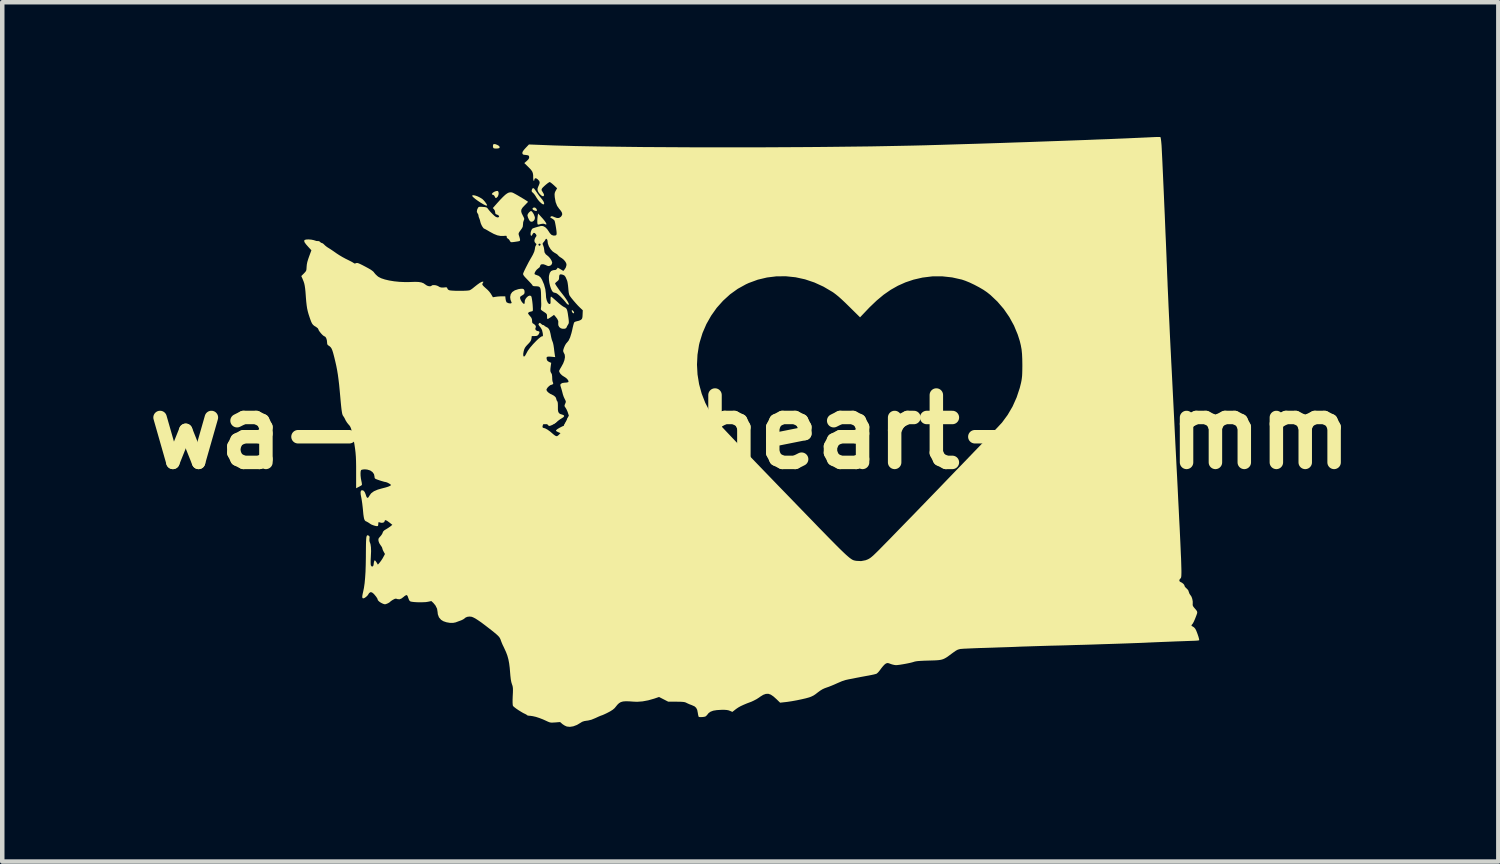
<source format=kicad_pcb>
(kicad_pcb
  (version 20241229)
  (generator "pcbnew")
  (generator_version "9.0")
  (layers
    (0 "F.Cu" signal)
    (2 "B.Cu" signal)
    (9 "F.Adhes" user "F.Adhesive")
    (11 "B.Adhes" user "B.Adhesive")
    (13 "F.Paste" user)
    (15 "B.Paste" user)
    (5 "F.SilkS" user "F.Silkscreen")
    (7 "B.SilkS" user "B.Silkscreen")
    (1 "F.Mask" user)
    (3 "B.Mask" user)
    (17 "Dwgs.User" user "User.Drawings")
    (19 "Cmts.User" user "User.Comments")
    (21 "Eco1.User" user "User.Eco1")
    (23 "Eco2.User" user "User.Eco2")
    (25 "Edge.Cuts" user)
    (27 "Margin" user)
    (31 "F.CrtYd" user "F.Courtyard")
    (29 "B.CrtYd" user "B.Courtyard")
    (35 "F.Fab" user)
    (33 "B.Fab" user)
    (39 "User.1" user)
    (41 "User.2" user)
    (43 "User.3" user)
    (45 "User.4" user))
  (footprint "wa-state-heart-20mm"
    (layer "F.Cu")
    (at 13.657 6.568)
    (property "Reference" "wa-state-heart-20mm" (at 0 0 0) (layer "F.SilkS") (effects (font (size 1.5 1.5) (thickness 0.3))))
    (attr board_only exclude_from_pos_files exclude_from_bom)
    (fp_poly (pts (xy -4.788 -4.993) (xy -4.762 -4.968) (xy -4.749 -4.938) (xy -4.757 -4.921) (xy -4.784 -4.922) (xy -4.795 -4.925) (xy -4.835 -4.945) (xy -4.851 -4.965) (xy -4.845 -4.983) (xy -4.818 -4.999)) (stroke (width 0) (type solid)) (fill yes) (layer "F.SilkS"))
    (fp_poly (pts (xy -3.965 -2.712) (xy -3.949 -2.699) (xy -3.93 -2.676) (xy -3.923 -2.654) (xy -3.93 -2.642) (xy -3.934 -2.641) (xy -3.951 -2.649) (xy -3.959 -2.657) (xy -3.973 -2.682) (xy -3.975 -2.697) (xy -3.973 -2.714)) (stroke (width 0) (type solid)) (fill yes) (layer "F.SilkS"))
    (fp_poly (pts (xy -5.678 -6.408) (xy -5.635 -6.392) (xy -5.599 -6.371) (xy -5.581 -6.348) (xy -5.584 -6.327) (xy -5.592 -6.32) (xy -5.617 -6.313) (xy -5.656 -6.31) (xy -5.694 -6.312) (xy -5.715 -6.317) (xy -5.726 -6.333) (xy -5.731 -6.363) (xy -5.731 -6.367) (xy -5.726 -6.397) (xy -5.71 -6.411)) (stroke (width 0) (type solid)) (fill yes) (layer "F.SilkS"))
    (fp_poly (pts (xy -5.622 -5.364) (xy -5.608 -5.346) (xy -5.603 -5.314) (xy -5.608 -5.277) (xy -5.622 -5.243) (xy -5.629 -5.234) (xy -5.656 -5.21) (xy -5.674 -5.21) (xy -5.686 -5.233) (xy -5.688 -5.238) (xy -5.707 -5.268) (xy -5.726 -5.278) (xy -5.752 -5.288) (xy -5.753 -5.303) (xy -5.735 -5.325) (xy -5.7 -5.348) (xy -5.661 -5.363) (xy -5.629 -5.366)) (stroke (width 0) (type solid)) (fill yes) (layer "F.SilkS"))
    (fp_poly (pts (xy -4.865 -4.91) (xy -4.841 -4.881) (xy -4.818 -4.84) (xy -4.801 -4.796) (xy -4.795 -4.767) (xy -4.804 -4.729) (xy -4.826 -4.699) (xy -4.855 -4.682) (xy -4.885 -4.681) (xy -4.908 -4.696) (xy -4.931 -4.733) (xy -4.951 -4.777) (xy -4.961 -4.816) (xy -4.962 -4.824) (xy -4.953 -4.853) (xy -4.93 -4.885) (xy -4.924 -4.891) (xy -4.898 -4.913) (xy -4.881 -4.919)) (stroke (width 0) (type solid)) (fill yes) (layer "F.SilkS"))
    (fp_poly (pts (xy -4.648 -4.78) (xy -4.599 -4.724) (xy -4.564 -4.678) (xy -4.544 -4.644) (xy -4.539 -4.623) (xy -4.551 -4.618) (xy -4.578 -4.629) (xy -4.607 -4.637) (xy -4.646 -4.633) (xy -4.661 -4.63) (xy -4.699 -4.621) (xy -4.719 -4.617) (xy -4.728 -4.618) (xy -4.735 -4.624) (xy -4.736 -4.624) (xy -4.741 -4.643) (xy -4.743 -4.68) (xy -4.742 -4.728) (xy -4.737 -4.781) (xy -4.734 -4.807) (xy -4.725 -4.864)) (stroke (width 0) (type solid)) (fill yes) (layer "F.SilkS"))
    (fp_poly (pts (xy -6.155 -5.27) (xy -6.116 -5.261) (xy -6.069 -5.244) (xy -6.021 -5.22) (xy -5.976 -5.193) (xy -5.965 -5.185) (xy -5.939 -5.16) (xy -5.91 -5.127) (xy -5.884 -5.091) (xy -5.865 -5.061) (xy -5.86 -5.046) (xy -5.869 -5.039) (xy -5.897 -5.046) (xy -5.938 -5.066) (xy -5.945 -5.07) (xy -6.009 -5.108) (xy -6.069 -5.148) (xy -6.121 -5.186) (xy -6.162 -5.22) (xy -6.187 -5.246) (xy -6.193 -5.259) (xy -6.183 -5.27)) (stroke (width 0) (type solid)) (fill yes) (layer "F.SilkS"))
    (fp_poly (pts (xy -4.813 -5.417) (xy -4.786 -5.381) (xy -4.775 -5.364) (xy -4.74 -5.312) (xy -4.7 -5.257) (xy -4.674 -5.225) (xy -4.63 -5.17) (xy -4.603 -5.128) (xy -4.591 -5.096) (xy -4.59 -5.085) (xy -4.598 -5.067) (xy -4.619 -5.069) (xy -4.651 -5.09) (xy -4.686 -5.121) (xy -4.722 -5.162) (xy -4.755 -5.208) (xy -4.77 -5.233) (xy -4.796 -5.275) (xy -4.827 -5.313) (xy -4.837 -5.322) (xy -4.862 -5.346) (xy -4.869 -5.366) (xy -4.864 -5.392) (xy -4.85 -5.422) (xy -4.834 -5.43)) (stroke (width 0) (type solid)) (fill yes) (layer "F.SilkS"))
    (fp_poly (pts (xy -5.313 -5.334) (xy -5.292 -5.328) (xy -5.269 -5.317) (xy -5.232 -5.297) (xy -5.185 -5.271) (xy -5.133 -5.24) (xy -5.079 -5.208) (xy -5.029 -5.178) (xy -4.988 -5.152) (xy -4.96 -5.133) (xy -4.949 -5.124) (xy -4.949 -5.123) (xy -4.958 -5.113) (xy -4.98 -5.09) (xy -5.012 -5.057) (xy -5.026 -5.043) (xy -5.071 -4.995) (xy -5.096 -4.955) (xy -5.102 -4.917) (xy -5.092 -4.873) (xy -5.065 -4.818) (xy -5.064 -4.816) (xy -5.044 -4.776) (xy -5.034 -4.75) (xy -5.035 -4.73) (xy -5.044 -4.709) (xy -5.045 -4.707) (xy -5.057 -4.67) (xy -5.061 -4.625) (xy -5.061 -4.619) (xy -5.067 -4.57) (xy -5.082 -4.538) (xy -5.118 -4.488) (xy -5.142 -4.454) (xy -5.155 -4.431) (xy -5.159 -4.412) (xy -5.157 -4.393) (xy -5.15 -4.369) (xy -5.145 -4.356) (xy -5.131 -4.306) (xy -5.126 -4.274) (xy -5.131 -4.257) (xy -5.148 -4.248) (xy -5.174 -4.243) (xy -5.239 -4.233) (xy -5.284 -4.227) (xy -5.313 -4.225) (xy -5.33 -4.227) (xy -5.331 -4.228) (xy -5.348 -4.243) (xy -5.36 -4.266) (xy -5.379 -4.292) (xy -5.398 -4.304) (xy -5.42 -4.322) (xy -5.424 -4.342) (xy -5.425 -4.359) (xy -5.434 -4.367) (xy -5.457 -4.368) (xy -5.492 -4.364) (xy -5.561 -4.364) (xy -5.633 -4.378) (xy -5.713 -4.41) (xy -5.805 -4.46) (xy -5.808 -4.462) (xy -5.854 -4.489) (xy -5.893 -4.511) (xy -5.919 -4.524) (xy -5.926 -4.526) (xy -5.941 -4.537) (xy -5.962 -4.565) (xy -5.983 -4.602) (xy -6 -4.641) (xy -6.01 -4.674) (xy -6.02 -4.716) (xy -6.033 -4.753) (xy -6.035 -4.756) (xy -6.048 -4.791) (xy -6.052 -4.817) (xy -6.06 -4.849) (xy -6.071 -4.864) (xy -6.089 -4.899) (xy -6.084 -4.945) (xy -6.07 -4.977) (xy -6.059 -4.997) (xy -6.046 -5.009) (xy -6.025 -5.013) (xy -5.989 -5.013) (xy -5.959 -5.011) (xy -5.909 -5.007) (xy -5.878 -5) (xy -5.859 -4.989) (xy -5.848 -4.976) (xy -5.819 -4.938) (xy -5.781 -4.894) (xy -5.74 -4.852) (xy -5.701 -4.815) (xy -5.671 -4.792) (xy -5.665 -4.788) (xy -5.634 -4.777) (xy -5.61 -4.778) (xy -5.593 -4.793) (xy -5.597 -4.812) (xy -5.619 -4.831) (xy -5.638 -4.838) (xy -5.668 -4.851) (xy -5.679 -4.87) (xy -5.68 -4.889) (xy -5.689 -4.929) (xy -5.707 -4.957) (xy -5.733 -4.985) (xy -5.644 -5.086) (xy -5.57 -5.168) (xy -5.508 -5.232) (xy -5.458 -5.279) (xy -5.415 -5.311) (xy -5.379 -5.329) (xy -5.345 -5.336)) (stroke (width 0) (type solid)) (fill yes) (layer "F.SilkS"))
    (fp_poly (pts (xy 9.107 -6.568) (xy 9.13 -6.566) (xy 9.133 -6.565) (xy 9.138 -6.549) (xy 9.144 -6.514) (xy 9.15 -6.464) (xy 9.155 -6.41) (xy 9.158 -6.375) (xy 9.161 -6.317) (xy 9.165 -6.237) (xy 9.17 -6.136) (xy 9.176 -6.018) (xy 9.182 -5.883) (xy 9.189 -5.733) (xy 9.196 -5.571) (xy 9.204 -5.398) (xy 9.212 -5.216) (xy 9.22 -5.027) (xy 9.229 -4.833) (xy 9.237 -4.635) (xy 9.245 -4.436) (xy 9.254 -4.237) (xy 9.262 -4.04) (xy 9.27 -3.847) (xy 9.27 -3.827) (xy 9.275 -3.72) (xy 9.279 -3.619) (xy 9.282 -3.524) (xy 9.286 -3.432) (xy 9.29 -3.344) (xy 9.293 -3.257) (xy 9.297 -3.17) (xy 9.301 -3.083) (xy 9.305 -2.994) (xy 9.309 -2.902) (xy 9.313 -2.805) (xy 9.318 -2.703) (xy 9.323 -2.595) (xy 9.329 -2.479) (xy 9.335 -2.354) (xy 9.341 -2.219) (xy 9.348 -2.072) (xy 9.356 -1.913) (xy 9.365 -1.741) (xy 9.374 -1.553) (xy 9.385 -1.35) (xy 9.396 -1.13) (xy 9.408 -0.891) (xy 9.421 -0.632) (xy 9.435 -0.353) (xy 9.45 -0.052) (xy 9.466 0.272) (xy 9.484 0.62) (xy 9.487 0.686) (xy 9.503 0.986) (xy 9.517 1.262) (xy 9.529 1.514) (xy 9.541 1.744) (xy 9.551 1.952) (xy 9.561 2.14) (xy 9.569 2.309) (xy 9.576 2.46) (xy 9.582 2.593) (xy 9.587 2.711) (xy 9.592 2.813) (xy 9.595 2.902) (xy 9.597 2.978) (xy 9.599 3.041) (xy 9.6 3.095) (xy 9.6 3.138) (xy 9.599 3.173) (xy 9.598 3.2) (xy 9.596 3.221) (xy 9.593 3.237) (xy 9.59 3.248) (xy 9.586 3.255) (xy 9.582 3.261) (xy 9.577 3.265) (xy 9.572 3.269) (xy 9.571 3.27) (xy 9.554 3.296) (xy 9.556 3.322) (xy 9.576 3.34) (xy 9.577 3.34) (xy 9.613 3.358) (xy 9.645 3.384) (xy 9.665 3.411) (xy 9.668 3.424) (xy 9.677 3.446) (xy 9.701 3.473) (xy 9.712 3.482) (xy 9.75 3.522) (xy 9.765 3.563) (xy 9.779 3.602) (xy 9.801 3.635) (xy 9.803 3.636) (xy 9.825 3.67) (xy 9.842 3.719) (xy 9.852 3.774) (xy 9.852 3.825) (xy 9.851 3.829) (xy 9.851 3.859) (xy 9.863 3.887) (xy 9.888 3.919) (xy 9.923 3.959) (xy 9.944 3.988) (xy 9.952 4.011) (xy 9.95 4.037) (xy 9.938 4.072) (xy 9.93 4.094) (xy 9.903 4.163) (xy 9.878 4.221) (xy 9.855 4.264) (xy 9.837 4.287) (xy 9.835 4.289) (xy 9.822 4.306) (xy 9.833 4.323) (xy 9.854 4.334) (xy 9.882 4.353) (xy 9.908 4.383) (xy 9.911 4.388) (xy 9.928 4.42) (xy 9.946 4.465) (xy 9.964 4.514) (xy 9.98 4.562) (xy 9.991 4.603) (xy 9.996 4.631) (xy 9.995 4.639) (xy 9.979 4.643) (xy 9.944 4.647) (xy 9.895 4.65) (xy 9.862 4.651) (xy 9.803 4.653) (xy 9.72 4.656) (xy 9.616 4.66) (xy 9.491 4.664) (xy 9.349 4.67) (xy 9.192 4.676) (xy 9.02 4.683) (xy 8.837 4.691) (xy 8.802 4.693) (xy 8.682 4.698) (xy 8.54 4.703) (xy 8.38 4.709) (xy 8.205 4.715) (xy 8.018 4.721) (xy 7.824 4.727) (xy 7.626 4.734) (xy 7.427 4.74) (xy 7.231 4.745) (xy 7.043 4.751) (xy 6.864 4.756) (xy 6.815 4.757) (xy 6.686 4.76) (xy 6.551 4.764) (xy 6.417 4.768) (xy 6.288 4.772) (xy 6.17 4.776) (xy 6.067 4.779) (xy 5.988 4.782) (xy 5.899 4.786) (xy 5.791 4.79) (xy 5.669 4.794) (xy 5.54 4.798) (xy 5.407 4.803) (xy 5.279 4.807) (xy 5.218 4.809) (xy 5.108 4.812) (xy 5.003 4.816) (xy 4.907 4.82) (xy 4.823 4.824) (xy 4.754 4.827) (xy 4.705 4.831) (xy 4.679 4.833) (xy 4.644 4.841) (xy 4.61 4.853) (xy 4.573 4.874) (xy 4.526 4.907) (xy 4.49 4.933) (xy 4.428 4.979) (xy 4.378 5.015) (xy 4.334 5.041) (xy 4.293 5.06) (xy 4.248 5.073) (xy 4.196 5.081) (xy 4.131 5.086) (xy 4.049 5.089) (xy 3.975 5.091) (xy 3.873 5.094) (xy 3.794 5.098) (xy 3.734 5.102) (xy 3.689 5.108) (xy 3.656 5.115) (xy 3.641 5.12) (xy 3.6 5.132) (xy 3.541 5.146) (xy 3.472 5.16) (xy 3.4 5.173) (xy 3.332 5.184) (xy 3.276 5.191) (xy 3.243 5.193) (xy 3.203 5.188) (xy 3.154 5.176) (xy 3.125 5.166) (xy 3.084 5.151) (xy 3.058 5.146) (xy 3.037 5.15) (xy 3.015 5.16) (xy 2.989 5.18) (xy 2.956 5.215) (xy 2.92 5.259) (xy 2.91 5.273) (xy 2.877 5.317) (xy 2.845 5.355) (xy 2.819 5.378) (xy 2.813 5.383) (xy 2.789 5.391) (xy 2.746 5.402) (xy 2.688 5.414) (xy 2.622 5.427) (xy 2.603 5.43) (xy 2.533 5.443) (xy 2.467 5.455) (xy 2.412 5.466) (xy 2.374 5.473) (xy 2.368 5.474) (xy 2.329 5.482) (xy 2.275 5.493) (xy 2.216 5.504) (xy 2.199 5.507) (xy 2.122 5.524) (xy 2.042 5.55) (xy 1.951 5.589) (xy 1.937 5.595) (xy 1.87 5.625) (xy 1.803 5.653) (xy 1.742 5.677) (xy 1.701 5.691) (xy 1.652 5.709) (xy 1.607 5.73) (xy 1.558 5.76) (xy 1.502 5.801) (xy 1.452 5.84) (xy 1.408 5.869) (xy 1.354 5.895) (xy 1.314 5.91) (xy 1.235 5.932) (xy 1.139 5.954) (xy 1.034 5.976) (xy 0.929 5.995) (xy 0.831 6.01) (xy 0.797 6.014) (xy 0.664 6.029) (xy 0.585 5.952) (xy 0.517 5.891) (xy 0.457 5.85) (xy 0.402 5.831) (xy 0.347 5.833) (xy 0.288 5.854) (xy 0.22 5.896) (xy 0.196 5.914) (xy 0.14 5.95) (xy 0.075 5.984) (xy 0.023 6.008) (xy -0.076 6.045) (xy -0.154 6.078) (xy -0.216 6.107) (xy -0.266 6.135) (xy -0.309 6.164) (xy -0.325 6.176) (xy -0.399 6.234) (xy -0.453 6.211) (xy -0.485 6.199) (xy -0.522 6.192) (xy -0.572 6.188) (xy -0.641 6.188) (xy -0.744 6.194) (xy -0.825 6.207) (xy -0.886 6.23) (xy -0.93 6.262) (xy -0.946 6.283) (xy -0.972 6.314) (xy -0.997 6.335) (xy -1.003 6.338) (xy -1.034 6.345) (xy -1.074 6.349) (xy -1.113 6.35) (xy -1.141 6.347) (xy -1.149 6.343) (xy -1.155 6.326) (xy -1.163 6.292) (xy -1.169 6.254) (xy -1.182 6.189) (xy -1.205 6.144) (xy -1.241 6.111) (xy -1.297 6.086) (xy -1.303 6.083) (xy -1.352 6.065) (xy -1.399 6.044) (xy -1.423 6.032) (xy -1.445 6.022) (xy -1.472 6.015) (xy -1.507 6.011) (xy -1.557 6.008) (xy -1.626 6.007) (xy -1.648 6.007) (xy -1.827 6.007) (xy -1.93 5.954) (xy -2.032 5.902) (xy -2.141 5.939) (xy -2.271 5.976) (xy -2.399 6) (xy -2.519 6.009) (xy -2.596 6.006) (xy -2.695 5.999) (xy -2.773 5.997) (xy -2.834 6.002) (xy -2.883 6.016) (xy -2.923 6.04) (xy -2.958 6.073) (xy -2.988 6.11) (xy -3.022 6.151) (xy -3.062 6.185) (xy -3.115 6.219) (xy -3.144 6.235) (xy -3.198 6.263) (xy -3.249 6.287) (xy -3.29 6.305) (xy -3.302 6.309) (xy -3.338 6.322) (xy -3.387 6.343) (xy -3.441 6.368) (xy -3.452 6.373) (xy -3.537 6.408) (xy -3.616 6.427) (xy -3.637 6.429) (xy -3.698 6.439) (xy -3.745 6.455) (xy -3.777 6.475) (xy -3.859 6.524) (xy -3.941 6.555) (xy -4.017 6.567) (xy -4.084 6.56) (xy -4.087 6.559) (xy -4.132 6.539) (xy -4.177 6.51) (xy -4.188 6.501) (xy -4.235 6.46) (xy -4.345 6.469) (xy -4.4 6.472) (xy -4.438 6.472) (xy -4.469 6.466) (xy -4.503 6.453) (xy -4.546 6.433) (xy -4.619 6.4) (xy -4.697 6.37) (xy -4.774 6.345) (xy -4.844 6.329) (xy -4.898 6.321) (xy -4.904 6.321) (xy -4.94 6.318) (xy -4.964 6.312) (xy -4.969 6.308) (xy -4.985 6.295) (xy -5.015 6.279) (xy -5.02 6.277) (xy -5.059 6.258) (xy -5.106 6.23) (xy -5.158 6.198) (xy -5.207 6.165) (xy -5.248 6.134) (xy -5.276 6.11) (xy -5.285 6.1) (xy -5.29 6.075) (xy -5.293 6.029) (xy -5.293 5.96) (xy -5.29 5.88) (xy -5.286 5.803) (xy -5.285 5.748) (xy -5.286 5.707) (xy -5.29 5.675) (xy -5.296 5.649) (xy -5.306 5.621) (xy -5.307 5.618) (xy -5.321 5.572) (xy -5.333 5.51) (xy -5.342 5.43) (xy -5.347 5.371) (xy -5.357 5.251) (xy -5.37 5.15) (xy -5.387 5.062) (xy -5.409 4.982) (xy -5.439 4.902) (xy -5.478 4.817) (xy -5.491 4.789) (xy -5.516 4.738) (xy -5.537 4.688) (xy -5.552 4.649) (xy -5.552 4.648) (xy -5.563 4.617) (xy -5.576 4.591) (xy -5.593 4.565) (xy -5.618 4.538) (xy -5.654 4.505) (xy -5.703 4.464) (xy -5.769 4.411) (xy -5.8 4.387) (xy -5.905 4.306) (xy -5.993 4.24) (xy -6.066 4.19) (xy -6.124 4.153) (xy -6.171 4.129) (xy -6.205 4.116) (xy -6.255 4.111) (xy -6.305 4.118) (xy -6.346 4.137) (xy -6.362 4.152) (xy -6.384 4.168) (xy -6.419 4.187) (xy -6.443 4.197) (xy -6.492 4.215) (xy -6.541 4.233) (xy -6.558 4.24) (xy -6.619 4.252) (xy -6.691 4.251) (xy -6.766 4.238) (xy -6.834 4.215) (xy -6.886 4.183) (xy -6.933 4.128) (xy -6.958 4.059) (xy -6.963 4.01) (xy -6.975 3.936) (xy -7.01 3.865) (xy -7.056 3.809) (xy -7.102 3.766) (xy -7.179 3.782) (xy -7.226 3.789) (xy -7.286 3.792) (xy -7.353 3.793) (xy -7.421 3.792) (xy -7.484 3.788) (xy -7.536 3.782) (xy -7.569 3.774) (xy -7.573 3.772) (xy -7.596 3.748) (xy -7.613 3.704) (xy -7.615 3.699) (xy -7.627 3.663) (xy -7.642 3.638) (xy -7.649 3.633) (xy -7.669 3.637) (xy -7.701 3.657) (xy -7.718 3.672) (xy -7.767 3.709) (xy -7.809 3.726) (xy -7.85 3.724) (xy -7.865 3.719) (xy -7.891 3.712) (xy -7.917 3.717) (xy -7.952 3.735) (xy -7.957 3.737) (xy -7.991 3.759) (xy -8.015 3.777) (xy -8.021 3.784) (xy -8.037 3.797) (xy -8.068 3.815) (xy -8.082 3.821) (xy -8.118 3.835) (xy -8.144 3.837) (xy -8.173 3.828) (xy -8.177 3.827) (xy -8.226 3.803) (xy -8.265 3.776) (xy -8.29 3.75) (xy -8.296 3.736) (xy -8.305 3.709) (xy -8.331 3.669) (xy -8.372 3.619) (xy -8.389 3.601) (xy -8.425 3.573) (xy -8.459 3.568) (xy -8.487 3.588) (xy -8.498 3.605) (xy -8.521 3.64) (xy -8.555 3.673) (xy -8.59 3.697) (xy -8.617 3.706) (xy -8.633 3.701) (xy -8.64 3.685) (xy -8.64 3.654) (xy -8.631 3.604) (xy -8.622 3.565) (xy -8.603 3.473) (xy -8.588 3.369) (xy -8.577 3.25) (xy -8.568 3.114) (xy -8.563 2.958) (xy -8.56 2.78) (xy -8.56 2.736) (xy -8.559 2.616) (xy -8.558 2.519) (xy -8.556 2.443) (xy -8.553 2.386) (xy -8.549 2.345) (xy -8.542 2.319) (xy -8.534 2.305) (xy -8.523 2.301) (xy -8.509 2.304) (xy -8.498 2.309) (xy -8.482 2.323) (xy -8.477 2.345) (xy -8.48 2.374) (xy -8.482 2.413) (xy -8.477 2.445) (xy -8.475 2.449) (xy -8.457 2.498) (xy -8.447 2.567) (xy -8.444 2.656) (xy -8.449 2.768) (xy -8.449 2.77) (xy -8.453 2.846) (xy -8.454 2.908) (xy -8.452 2.952) (xy -8.449 2.971) (xy -8.431 2.995) (xy -8.411 2.997) (xy -8.394 2.979) (xy -8.388 2.955) (xy -8.381 2.9) (xy -8.371 2.868) (xy -8.361 2.859) (xy -8.348 2.869) (xy -8.329 2.895) (xy -8.321 2.907) (xy -8.293 2.955) (xy -8.251 2.907) (xy -8.22 2.866) (xy -8.188 2.817) (xy -8.172 2.788) (xy -8.135 2.718) (xy -8.164 2.667) (xy -8.182 2.631) (xy -8.192 2.601) (xy -8.193 2.594) (xy -8.201 2.57) (xy -8.221 2.538) (xy -8.233 2.522) (xy -8.262 2.476) (xy -8.279 2.428) (xy -8.279 2.424) (xy -8.281 2.391) (xy -8.273 2.366) (xy -8.25 2.339) (xy -8.241 2.329) (xy -8.212 2.294) (xy -8.191 2.258) (xy -8.187 2.245) (xy -8.175 2.217) (xy -8.148 2.19) (xy -8.112 2.168) (xy -8.068 2.141) (xy -8.027 2.113) (xy -8.008 2.099) (xy -7.971 2.068) (xy -8.038 2.015) (xy -8.086 1.98) (xy -8.118 1.965) (xy -8.136 1.967) (xy -8.142 1.987) (xy -8.153 2.009) (xy -8.181 2.022) (xy -8.219 2.023) (xy -8.247 2.016) (xy -8.271 2.009) (xy -8.281 2.015) (xy -8.283 2.041) (xy -8.283 2.045) (xy -8.286 2.076) (xy -8.292 2.094) (xy -8.293 2.095) (xy -8.317 2.098) (xy -8.355 2.091) (xy -8.4 2.077) (xy -8.443 2.059) (xy -8.472 2.04) (xy -8.508 2.016) (xy -8.54 1.998) (xy -8.549 1.994) (xy -8.569 1.985) (xy -8.585 1.967) (xy -8.598 1.938) (xy -8.607 1.895) (xy -8.616 1.833) (xy -8.624 1.749) (xy -8.624 1.745) (xy -8.632 1.669) (xy -8.641 1.593) (xy -8.651 1.524) (xy -8.66 1.472) (xy -8.661 1.466) (xy -8.675 1.395) (xy -8.678 1.344) (xy -8.671 1.313) (xy -8.653 1.299) (xy -8.648 1.298) (xy -8.616 1.305) (xy -8.587 1.336) (xy -8.565 1.389) (xy -8.56 1.406) (xy -8.544 1.45) (xy -8.527 1.469) (xy -8.508 1.462) (xy -8.486 1.43) (xy -8.481 1.42) (xy -8.443 1.367) (xy -8.381 1.321) (xy -8.295 1.284) (xy -8.207 1.259) (xy -8.129 1.239) (xy -8.066 1.22) (xy -8.024 1.202) (xy -8.003 1.187) (xy -8.001 1.183) (xy -8.011 1.169) (xy -8.038 1.151) (xy -8.071 1.133) (xy -8.104 1.12) (xy -8.124 1.115) (xy -8.147 1.111) (xy -8.186 1.1) (xy -8.236 1.085) (xy -8.257 1.078) (xy -8.309 1.06) (xy -8.341 1.047) (xy -8.358 1.035) (xy -8.365 1.021) (xy -8.367 1.001) (xy -8.367 0.997) (xy -8.379 0.94) (xy -8.413 0.893) (xy -8.464 0.858) (xy -8.53 0.838) (xy -8.581 0.833) (xy -8.623 0.836) (xy -8.654 0.843) (xy -8.665 0.849) (xy -8.675 0.873) (xy -8.679 0.916) (xy -8.678 0.972) (xy -8.671 1.034) (xy -8.661 1.088) (xy -8.652 1.131) (xy -8.648 1.165) (xy -8.649 1.181) (xy -8.664 1.193) (xy -8.694 1.211) (xy -8.717 1.223) (xy -8.777 1.254) (xy -8.777 0.893) (xy -8.777 0.761) (xy -8.779 0.649) (xy -8.783 0.551) (xy -8.79 0.462) (xy -8.8 0.376) (xy -8.813 0.288) (xy -8.83 0.192) (xy -8.846 0.109) (xy -8.864 0.027) (xy -8.878 -0.034) (xy -8.892 -0.08) (xy -8.906 -0.113) (xy -8.923 -0.14) (xy -8.944 -0.164) (xy -8.946 -0.165) (xy -8.979 -0.207) (xy -9.009 -0.254) (xy -9.016 -0.269) (xy -9.035 -0.308) (xy -9.054 -0.34) (xy -9.061 -0.348) (xy -9.071 -0.363) (xy -9.08 -0.383) (xy -9.088 -0.411) (xy -9.095 -0.451) (xy -9.103 -0.506) (xy -9.111 -0.577) (xy -9.12 -0.669) (xy -9.129 -0.77) (xy -9.143 -0.924) (xy -9.156 -1.058) (xy -9.17 -1.174) (xy -9.184 -1.278) (xy -9.2 -1.375) (xy -9.218 -1.468) (xy -9.239 -1.561) (xy -9.263 -1.661) (xy -9.271 -1.692) (xy -9.291 -1.767) (xy -9.309 -1.822) (xy -9.326 -1.86) (xy -9.345 -1.887) (xy -9.368 -1.908) (xy -9.385 -1.919) (xy -9.41 -1.937) (xy -9.421 -1.96) (xy -9.424 -1.997) (xy -9.429 -2.043) (xy -9.442 -2.085) (xy -9.46 -2.116) (xy -9.48 -2.128) (xy -9.48 -2.128) (xy -9.5 -2.138) (xy -9.528 -2.162) (xy -9.559 -2.195) (xy -9.588 -2.231) (xy -9.609 -2.262) (xy -9.616 -2.281) (xy -9.629 -2.307) (xy -9.665 -2.335) (xy -9.672 -2.34) (xy -9.709 -2.362) (xy -9.736 -2.385) (xy -9.757 -2.412) (xy -9.776 -2.45) (xy -9.796 -2.503) (xy -9.813 -2.552) (xy -9.837 -2.625) (xy -9.855 -2.691) (xy -9.869 -2.755) (xy -9.879 -2.823) (xy -9.888 -2.903) (xy -9.896 -3) (xy -9.898 -3.029) (xy -9.905 -3.124) (xy -9.913 -3.199) (xy -9.922 -3.259) (xy -9.933 -3.309) (xy -9.948 -3.354) (xy -9.967 -3.4) (xy -9.967 -3.402) (xy -9.998 -3.471) (xy -9.94 -3.529) (xy -9.91 -3.561) (xy -9.892 -3.586) (xy -9.884 -3.614) (xy -9.881 -3.654) (xy -9.88 -3.675) (xy -9.875 -3.728) (xy -9.864 -3.784) (xy -9.844 -3.85) (xy -9.825 -3.904) (xy -9.773 -4.045) (xy -9.843 -4.121) (xy -9.894 -4.179) (xy -9.925 -4.223) (xy -9.934 -4.254) (xy -9.924 -4.274) (xy -9.892 -4.284) (xy -9.84 -4.287) (xy -9.828 -4.286) (xy -9.776 -4.282) (xy -9.726 -4.272) (xy -9.699 -4.264) (xy -9.662 -4.252) (xy -9.632 -4.25) (xy -9.628 -4.251) (xy -9.6 -4.247) (xy -9.582 -4.232) (xy -9.557 -4.212) (xy -9.538 -4.206) (xy -9.515 -4.196) (xy -9.49 -4.173) (xy -9.489 -4.172) (xy -9.464 -4.148) (xy -9.426 -4.118) (xy -9.393 -4.097) (xy -9.35 -4.07) (xy -9.296 -4.034) (xy -9.24 -3.995) (xy -9.216 -3.978) (xy -9.155 -3.938) (xy -9.083 -3.895) (xy -9.011 -3.856) (xy -8.982 -3.842) (xy -8.928 -3.815) (xy -8.881 -3.791) (xy -8.847 -3.772) (xy -8.833 -3.762) (xy -8.812 -3.75) (xy -8.785 -3.755) (xy -8.779 -3.758) (xy -8.765 -3.762) (xy -8.748 -3.762) (xy -8.724 -3.755) (xy -8.689 -3.74) (xy -8.64 -3.716) (xy -8.575 -3.682) (xy -8.503 -3.643) (xy -8.451 -3.613) (xy -8.415 -3.587) (xy -8.389 -3.565) (xy -8.372 -3.542) (xy -8.342 -3.507) (xy -8.302 -3.47) (xy -8.28 -3.453) (xy -8.219 -3.422) (xy -8.138 -3.395) (xy -8.04 -3.372) (xy -7.93 -3.354) (xy -7.812 -3.342) (xy -7.691 -3.337) (xy -7.572 -3.338) (xy -7.557 -3.339) (xy -7.46 -3.342) (xy -7.384 -3.339) (xy -7.324 -3.329) (xy -7.277 -3.311) (xy -7.238 -3.284) (xy -7.235 -3.282) (xy -7.199 -3.258) (xy -7.159 -3.245) (xy -7.123 -3.243) (xy -7.099 -3.254) (xy -7.097 -3.257) (xy -7.077 -3.268) (xy -7.041 -3.27) (xy -7 -3.265) (xy -6.962 -3.252) (xy -6.942 -3.241) (xy -6.913 -3.224) (xy -6.877 -3.216) (xy -6.828 -3.216) (xy -6.776 -3.221) (xy -6.754 -3.216) (xy -6.747 -3.197) (xy -6.731 -3.17) (xy -6.703 -3.155) (xy -6.674 -3.15) (xy -6.625 -3.146) (xy -6.563 -3.143) (xy -6.493 -3.142) (xy -6.422 -3.142) (xy -6.356 -3.144) (xy -6.3 -3.147) (xy -6.261 -3.152) (xy -6.249 -3.155) (xy -6.22 -3.17) (xy -6.182 -3.197) (xy -6.149 -3.224) (xy -6.081 -3.278) (xy -6.025 -3.318) (xy -5.983 -3.341) (xy -5.96 -3.346) (xy -5.944 -3.345) (xy -5.945 -3.335) (xy -5.957 -3.315) (xy -5.965 -3.3) (xy -5.968 -3.287) (xy -5.962 -3.273) (xy -5.946 -3.252) (xy -5.917 -3.224) (xy -5.871 -3.183) (xy -5.846 -3.16) (xy -5.813 -3.125) (xy -5.779 -3.08) (xy -5.767 -3.06) (xy -5.731 -2.999) (xy -5.67 -3.009) (xy -5.622 -3.015) (xy -5.564 -3.019) (xy -5.533 -3.019) (xy -5.456 -3.02) (xy -5.449 -2.958) (xy -5.441 -2.919) (xy -5.429 -2.891) (xy -5.423 -2.884) (xy -5.385 -2.867) (xy -5.346 -2.861) (xy -5.327 -2.864) (xy -5.315 -2.872) (xy -5.316 -2.886) (xy -5.327 -2.91) (xy -5.34 -2.947) (xy -5.346 -2.993) (xy -5.347 -3.005) (xy -5.335 -3.066) (xy -5.301 -3.115) (xy -5.244 -3.153) (xy -5.165 -3.179) (xy -5.125 -3.186) (xy -5.075 -3.189) (xy -5.044 -3.177) (xy -5.029 -3.148) (xy -5.026 -3.117) (xy -5.029 -3.087) (xy -5.042 -3.066) (xy -5.071 -3.045) (xy -5.079 -3.041) (xy -5.111 -3.021) (xy -5.125 -3.004) (xy -5.126 -2.982) (xy -5.124 -2.971) (xy -5.112 -2.938) (xy -5.092 -2.902) (xy -5.068 -2.872) (xy -5.046 -2.853) (xy -5.035 -2.85) (xy -5.025 -2.865) (xy -5.023 -2.893) (xy -5.019 -2.932) (xy -5 -2.969) (xy -4.973 -3.002) (xy -4.942 -3.026) (xy -4.911 -3.036) (xy -4.885 -3.028) (xy -4.878 -3.021) (xy -4.87 -2.999) (xy -4.862 -2.957) (xy -4.854 -2.902) (xy -4.847 -2.839) (xy -4.843 -2.776) (xy -4.841 -2.737) (xy -4.842 -2.704) (xy -4.851 -2.689) (xy -4.872 -2.683) (xy -4.879 -2.682) (xy -4.918 -2.672) (xy -4.944 -2.654) (xy -4.949 -2.64) (xy -4.941 -2.625) (xy -4.921 -2.598) (xy -4.904 -2.579) (xy -4.875 -2.542) (xy -4.862 -2.508) (xy -4.859 -2.477) (xy -4.857 -2.44) (xy -4.845 -2.419) (xy -4.822 -2.405) (xy -4.789 -2.379) (xy -4.774 -2.347) (xy -4.78 -2.318) (xy -4.783 -2.313) (xy -4.788 -2.291) (xy -4.775 -2.267) (xy -4.749 -2.249) (xy -4.723 -2.244) (xy -4.699 -2.236) (xy -4.694 -2.213) (xy -4.709 -2.18) (xy -4.718 -2.167) (xy -4.739 -2.146) (xy -4.766 -2.137) (xy -4.804 -2.135) (xy -4.866 -2.135) (xy -4.873 -2.08) (xy -4.881 -2.047) (xy -4.896 -2.017) (xy -4.924 -1.982) (xy -4.954 -1.951) (xy -4.993 -1.909) (xy -5.018 -1.874) (xy -5.034 -1.839) (xy -5.046 -1.798) (xy -5.056 -1.74) (xy -5.055 -1.701) (xy -5.047 -1.68) (xy -5.031 -1.681) (xy -5.01 -1.704) (xy -4.99 -1.741) (xy -4.955 -1.806) (xy -4.905 -1.875) (xy -4.838 -1.953) (xy -4.766 -2.028) (xy -4.718 -2.074) (xy -4.677 -2.107) (xy -4.649 -2.126) (xy -4.639 -2.128) (xy -4.625 -2.13) (xy -4.618 -2.14) (xy -4.618 -2.164) (xy -4.622 -2.202) (xy -4.638 -2.27) (xy -4.665 -2.319) (xy -4.695 -2.357) (xy -4.712 -2.381) (xy -4.717 -2.396) (xy -4.713 -2.407) (xy -4.706 -2.416) (xy -4.693 -2.428) (xy -4.679 -2.425) (xy -4.656 -2.405) (xy -4.653 -2.403) (xy -4.627 -2.383) (xy -4.607 -2.377) (xy -4.604 -2.378) (xy -4.592 -2.377) (xy -4.59 -2.372) (xy -4.58 -2.358) (xy -4.553 -2.343) (xy -4.546 -2.339) (xy -4.51 -2.32) (xy -4.485 -2.292) (xy -4.465 -2.251) (xy -4.45 -2.192) (xy -4.443 -2.157) (xy -4.432 -2.102) (xy -4.419 -2.052) (xy -4.406 -2.017) (xy -4.404 -2.013) (xy -4.393 -1.981) (xy -4.382 -1.932) (xy -4.374 -1.877) (xy -4.372 -1.867) (xy -4.366 -1.81) (xy -4.359 -1.758) (xy -4.353 -1.718) (xy -4.353 -1.714) (xy -4.344 -1.666) (xy -4.433 -1.675) (xy -4.487 -1.678) (xy -4.519 -1.674) (xy -4.535 -1.661) (xy -4.536 -1.635) (xy -4.532 -1.615) (xy -4.517 -1.582) (xy -4.483 -1.56) (xy -4.479 -1.558) (xy -4.433 -1.539) (xy -4.444 -1.465) (xy -4.451 -1.404) (xy -4.452 -1.362) (xy -4.446 -1.334) (xy -4.434 -1.313) (xy -4.431 -1.309) (xy -4.418 -1.282) (xy -4.412 -1.236) (xy -4.411 -1.204) (xy -4.409 -1.158) (xy -4.403 -1.123) (xy -4.396 -1.106) (xy -4.387 -1.083) (xy -4.397 -1.062) (xy -4.422 -1.051) (xy -4.424 -1.051) (xy -4.452 -1.042) (xy -4.485 -1.017) (xy -4.515 -0.986) (xy -4.535 -0.954) (xy -4.539 -0.938) (xy -4.528 -0.91) (xy -4.498 -0.879) (xy -4.457 -0.85) (xy -4.422 -0.834) (xy -4.371 -0.806) (xy -4.336 -0.774) (xy -4.321 -0.74) (xy -4.321 -0.736) (xy -4.312 -0.704) (xy -4.301 -0.687) (xy -4.291 -0.67) (xy -4.286 -0.64) (xy -4.284 -0.593) (xy -4.284 -0.558) (xy -4.284 -0.493) (xy -4.276 -0.448) (xy -4.259 -0.418) (xy -4.231 -0.399) (xy -4.195 -0.388) (xy -4.157 -0.374) (xy -4.144 -0.355) (xy -4.157 -0.332) (xy -4.193 -0.307) (xy -4.234 -0.282) (xy -4.28 -0.248) (xy -4.301 -0.23) (xy -4.345 -0.195) (xy -4.394 -0.164) (xy -4.416 -0.153) (xy -4.453 -0.138) (xy -4.474 -0.133) (xy -4.49 -0.139) (xy -4.501 -0.148) (xy -4.523 -0.176) (xy -4.541 -0.212) (xy -4.541 -0.213) (xy -4.554 -0.242) (xy -4.563 -0.256) (xy -4.565 -0.256) (xy -4.575 -0.246) (xy -4.591 -0.219) (xy -4.607 -0.183) (xy -4.621 -0.148) (xy -4.628 -0.121) (xy -4.629 -0.115) (xy -4.62 -0.094) (xy -4.608 -0.09) (xy -4.569 -0.08) (xy -4.517 -0.052) (xy -4.457 -0.009) (xy -4.43 0.014) (xy -4.381 0.056) (xy -4.346 0.082) (xy -4.321 0.094) (xy -4.3 0.093) (xy -4.281 0.08) (xy -4.265 0.066) (xy -4.226 0.026) (xy -4.273 0.007) (xy -4.304 -0.008) (xy -4.325 -0.022) (xy -4.327 -0.024) (xy -4.322 -0.04) (xy -4.296 -0.063) (xy -4.251 -0.09) (xy -4.189 -0.122) (xy -4.171 -0.13) (xy -4.107 -0.161) (xy -4.064 -0.189) (xy -4.039 -0.217) (xy -4.028 -0.249) (xy -4.026 -0.27) (xy -4.032 -0.321) (xy -4.047 -0.384) (xy -4.068 -0.448) (xy -4.093 -0.504) (xy -4.112 -0.536) (xy -4.132 -0.565) (xy -4.137 -0.585) (xy -4.13 -0.61) (xy -4.122 -0.628) (xy -4.11 -0.658) (xy -4.108 -0.68) (xy -4.117 -0.704) (xy -4.132 -0.733) (xy -4.154 -0.78) (xy -4.173 -0.835) (xy -4.179 -0.859) (xy -4.193 -0.913) (xy -4.209 -0.969) (xy -4.216 -0.991) (xy -4.227 -1.028) (xy -4.23 -1.05) (xy -4.223 -1.064) (xy -4.215 -1.073) (xy -4.183 -1.09) (xy -4.131 -1.097) (xy -4.128 -1.097) (xy -4.088 -1.1) (xy -4.059 -1.107) (xy -4.051 -1.111) (xy -4.048 -1.131) (xy -4.061 -1.158) (xy -4.088 -1.189) (xy -4.124 -1.217) (xy -4.148 -1.231) (xy -4.192 -1.26) (xy -4.229 -1.297) (xy -4.252 -1.335) (xy -4.257 -1.357) (xy -4.25 -1.375) (xy -4.233 -1.408) (xy -4.21 -1.446) (xy -4.181 -1.499) (xy -1.187 -1.499) (xy -1.175 -1.28) (xy -1.14 -1.063) (xy -1.082 -0.852) (xy -1.003 -0.649) (xy -0.903 -0.457) (xy -0.792 -0.293) (xy -0.768 -0.264) (xy -0.726 -0.216) (xy -0.667 -0.151) (xy -0.589 -0.068) (xy -0.494 0.033) (xy -0.382 0.151) (xy -0.252 0.288) (xy -0.105 0.441) (xy 0.059 0.612) (xy 0.241 0.801) (xy 0.439 1.006) (xy 0.654 1.229) (xy 0.736 1.313) (xy 0.927 1.51) (xy 1.1 1.689) (xy 1.258 1.852) (xy 1.4 1.998) (xy 1.527 2.13) (xy 1.642 2.247) (xy 1.743 2.351) (xy 1.833 2.442) (xy 1.912 2.522) (xy 1.981 2.591) (xy 2.041 2.649) (xy 2.093 2.699) (xy 2.137 2.74) (xy 2.175 2.773) (xy 2.207 2.8) (xy 2.234 2.82) (xy 2.257 2.836) (xy 2.278 2.848) (xy 2.296 2.856) (xy 2.313 2.861) (xy 2.329 2.865) (xy 2.346 2.868) (xy 2.364 2.871) (xy 2.368 2.871) (xy 2.468 2.876) (xy 2.567 2.857) (xy 2.616 2.838) (xy 2.643 2.824) (xy 2.673 2.805) (xy 2.707 2.778) (xy 2.749 2.741) (xy 2.801 2.691) (xy 2.867 2.626) (xy 2.906 2.586) (xy 2.959 2.532) (xy 3.026 2.464) (xy 3.106 2.383) (xy 3.196 2.29) (xy 3.297 2.186) (xy 3.407 2.073) (xy 3.525 1.952) (xy 3.649 1.825) (xy 3.778 1.691) (xy 3.911 1.554) (xy 4.047 1.413) (xy 4.185 1.271) (xy 4.322 1.128) (xy 4.459 0.986) (xy 4.594 0.846) (xy 4.726 0.71) (xy 4.853 0.578) (xy 4.974 0.452) (xy 5.089 0.333) (xy 5.195 0.223) (xy 5.291 0.122) (xy 5.377 0.032) (xy 5.452 -0.045) (xy 5.513 -0.109) (xy 5.559 -0.159) (xy 5.59 -0.192) (xy 5.604 -0.207) (xy 5.73 -0.378) (xy 5.84 -0.566) (xy 5.93 -0.767) (xy 6 -0.978) (xy 6.029 -1.094) (xy 6.039 -1.144) (xy 6.046 -1.192) (xy 6.052 -1.243) (xy 6.055 -1.302) (xy 6.057 -1.375) (xy 6.058 -1.466) (xy 6.058 -1.494) (xy 6.056 -1.624) (xy 6.051 -1.736) (xy 6.041 -1.836) (xy 6.024 -1.929) (xy 6.001 -2.024) (xy 5.969 -2.125) (xy 5.954 -2.171) (xy 5.872 -2.368) (xy 5.768 -2.558) (xy 5.644 -2.738) (xy 5.503 -2.902) (xy 5.348 -3.049) (xy 5.27 -3.111) (xy 5.191 -3.165) (xy 5.095 -3.221) (xy 4.991 -3.276) (xy 4.886 -3.326) (xy 4.788 -3.366) (xy 4.712 -3.392) (xy 4.494 -3.441) (xy 4.274 -3.465) (xy 4.053 -3.464) (xy 3.834 -3.437) (xy 3.635 -3.391) (xy 3.456 -3.331) (xy 3.288 -3.256) (xy 3.127 -3.165) (xy 2.97 -3.056) (xy 2.814 -2.926) (xy 2.655 -2.774) (xy 2.614 -2.731) (xy 2.444 -2.552) (xy 2.2 -2.793) (xy 2.109 -2.882) (xy 2.032 -2.954) (xy 1.966 -3.013) (xy 1.907 -3.061) (xy 1.854 -3.101) (xy 1.827 -3.119) (xy 1.63 -3.235) (xy 1.427 -3.328) (xy 1.219 -3.398) (xy 1.008 -3.444) (xy 0.795 -3.466) (xy 0.583 -3.465) (xy 0.372 -3.439) (xy 0.166 -3.39) (xy -0.035 -3.316) (xy -0.096 -3.288) (xy -0.279 -3.187) (xy -0.45 -3.064) (xy -0.606 -2.922) (xy -0.748 -2.763) (xy -0.872 -2.588) (xy -0.978 -2.401) (xy -1.064 -2.202) (xy -1.128 -1.994) (xy -1.142 -1.937) (xy -1.176 -1.719) (xy -1.187 -1.499) (xy -4.181 -1.499) (xy -4.167 -1.524) (xy -4.139 -1.598) (xy -4.127 -1.665) (xy -4.132 -1.72) (xy -4.147 -1.751) (xy -4.163 -1.784) (xy -4.167 -1.808) (xy -4.16 -1.842) (xy -4.144 -1.887) (xy -4.122 -1.934) (xy -4.099 -1.971) (xy -4.085 -1.986) (xy -4.047 -2.032) (xy -4.013 -2.103) (xy -3.983 -2.199) (xy -3.967 -2.263) (xy -3.954 -2.324) (xy -3.941 -2.377) (xy -3.93 -2.416) (xy -3.924 -2.436) (xy -3.902 -2.453) (xy -3.862 -2.465) (xy -3.858 -2.466) (xy -3.815 -2.476) (xy -3.777 -2.493) (xy -3.771 -2.497) (xy -3.753 -2.513) (xy -3.743 -2.533) (xy -3.737 -2.563) (xy -3.734 -2.612) (xy -3.734 -2.616) (xy -3.73 -2.709) (xy -3.793 -2.768) (xy -3.837 -2.812) (xy -3.887 -2.867) (xy -3.938 -2.926) (xy -3.983 -2.981) (xy -4.016 -3.026) (xy -4.02 -3.03) (xy -4.033 -3.059) (xy -4.043 -3.103) (xy -4.05 -3.167) (xy -4.053 -3.202) (xy -4.059 -3.263) (xy -4.067 -3.319) (xy -4.076 -3.361) (xy -4.082 -3.377) (xy -4.099 -3.417) (xy -4.114 -3.451) (xy -4.14 -3.484) (xy -4.173 -3.5) (xy -4.217 -3.51) (xy -4.242 -3.504) (xy -4.255 -3.478) (xy -4.257 -3.444) (xy -4.26 -3.405) (xy -4.272 -3.379) (xy -4.299 -3.354) (xy -4.302 -3.352) (xy -4.329 -3.329) (xy -4.345 -3.31) (xy -4.347 -3.306) (xy -4.339 -3.287) (xy -4.318 -3.253) (xy -4.287 -3.208) (xy -4.25 -3.155) (xy -4.207 -3.1) (xy -4.174 -3.058) (xy -4.138 -3.011) (xy -4.103 -2.961) (xy -4.072 -2.913) (xy -4.05 -2.872) (xy -4.039 -2.845) (xy -4.039 -2.84) (xy -4.047 -2.832) (xy -4.065 -2.838) (xy -4.086 -2.855) (xy -4.097 -2.869) (xy -4.123 -2.902) (xy -4.159 -2.944) (xy -4.202 -2.989) (xy -4.244 -3.031) (xy -4.282 -3.064) (xy -4.309 -3.084) (xy -4.311 -3.085) (xy -4.345 -3.098) (xy -4.372 -3.103) (xy -4.395 -3.115) (xy -4.418 -3.147) (xy -4.44 -3.196) (xy -4.459 -3.255) (xy -4.474 -3.319) (xy -4.483 -3.384) (xy -4.485 -3.446) (xy -4.482 -3.479) (xy -4.465 -3.542) (xy -4.435 -3.583) (xy -4.392 -3.601) (xy -4.373 -3.603) (xy -4.333 -3.608) (xy -4.308 -3.627) (xy -4.306 -3.631) (xy -4.287 -3.658) (xy -4.225 -3.622) (xy -4.163 -3.585) (xy -4.134 -3.62) (xy -4.11 -3.657) (xy -4.096 -3.7) (xy -4.096 -3.7) (xy -4.093 -3.733) (xy -4.102 -3.763) (xy -4.124 -3.8) (xy -4.157 -3.837) (xy -4.195 -3.868) (xy -4.21 -3.877) (xy -4.246 -3.9) (xy -4.274 -3.926) (xy -4.278 -3.931) (xy -4.302 -3.956) (xy -4.339 -3.979) (xy -4.353 -3.986) (xy -4.402 -4.02) (xy -4.448 -4.071) (xy -4.485 -4.133) (xy -4.508 -4.197) (xy -4.513 -4.239) (xy -4.518 -4.272) (xy -4.531 -4.294) (xy -4.546 -4.302) (xy -4.558 -4.291) (xy -4.56 -4.287) (xy -4.574 -4.262) (xy -4.598 -4.231) (xy -4.6 -4.229) (xy -4.62 -4.205) (xy -4.625 -4.186) (xy -4.616 -4.16) (xy -4.611 -4.15) (xy -4.597 -4.106) (xy -4.59 -4.062) (xy -4.59 -4.06) (xy -4.582 -4) (xy -4.554 -3.955) (xy -4.522 -3.93) (xy -4.484 -3.897) (xy -4.449 -3.854) (xy -4.423 -3.809) (xy -4.411 -3.77) (xy -4.411 -3.767) (xy -4.422 -3.732) (xy -4.45 -3.705) (xy -4.487 -3.693) (xy -4.49 -3.693) (xy -4.515 -3.698) (xy -4.55 -3.713) (xy -4.562 -3.719) (xy -4.607 -3.734) (xy -4.645 -3.734) (xy -4.671 -3.719) (xy -4.68 -3.693) (xy -4.692 -3.666) (xy -4.724 -3.64) (xy -4.753 -3.616) (xy -4.779 -3.584) (xy -4.798 -3.55) (xy -4.805 -3.523) (xy -4.803 -3.514) (xy -4.786 -3.503) (xy -4.76 -3.494) (xy -4.708 -3.474) (xy -4.667 -3.437) (xy -4.637 -3.388) (xy -4.593 -3.285) (xy -4.564 -3.178) (xy -4.552 -3.076) (xy -4.551 -3.06) (xy -4.547 -2.994) (xy -4.534 -2.934) (xy -4.514 -2.886) (xy -4.491 -2.857) (xy -4.481 -2.851) (xy -4.463 -2.848) (xy -4.452 -2.857) (xy -4.447 -2.884) (xy -4.448 -2.933) (xy -4.448 -2.936) (xy -4.447 -2.982) (xy -4.442 -3.008) (xy -4.437 -3.013) (xy -4.423 -3.005) (xy -4.394 -2.982) (xy -4.356 -2.949) (xy -4.311 -2.909) (xy -4.262 -2.865) (xy -4.213 -2.825) (xy -4.171 -2.795) (xy -4.145 -2.78) (xy -4.119 -2.767) (xy -4.1 -2.751) (xy -4.085 -2.727) (xy -4.074 -2.692) (xy -4.064 -2.642) (xy -4.054 -2.571) (xy -4.05 -2.545) (xy -4.043 -2.488) (xy -4.041 -2.45) (xy -4.042 -2.425) (xy -4.049 -2.406) (xy -4.059 -2.389) (xy -4.079 -2.356) (xy -4.091 -2.327) (xy -4.091 -2.327) (xy -4.108 -2.307) (xy -4.142 -2.297) (xy -4.184 -2.298) (xy -4.219 -2.308) (xy -4.254 -2.335) (xy -4.275 -2.376) (xy -4.277 -2.422) (xy -4.276 -2.425) (xy -4.276 -2.469) (xy -4.298 -2.517) (xy -4.333 -2.563) (xy -4.371 -2.607) (xy -4.405 -2.582) (xy -4.46 -2.544) (xy -4.497 -2.521) (xy -4.516 -2.513) (xy -4.516 -2.513) (xy -4.522 -2.525) (xy -4.526 -2.554) (xy -4.526 -2.571) (xy -4.527 -2.603) (xy -4.534 -2.624) (xy -4.551 -2.643) (xy -4.584 -2.666) (xy -4.598 -2.675) (xy -4.636 -2.7) (xy -4.657 -2.718) (xy -4.664 -2.735) (xy -4.662 -2.756) (xy -4.661 -2.761) (xy -4.656 -2.801) (xy -4.655 -2.834) (xy -4.655 -2.858) (xy -4.657 -2.903) (xy -4.658 -2.96) (xy -4.659 -3.025) (xy -4.659 -3.028) (xy -4.661 -3.108) (xy -4.666 -3.165) (xy -4.676 -3.203) (xy -4.693 -3.227) (xy -4.718 -3.239) (xy -4.754 -3.243) (xy -4.778 -3.244) (xy -4.821 -3.246) (xy -4.844 -3.254) (xy -4.847 -3.258) (xy -4.855 -3.273) (xy -4.878 -3.301) (xy -4.913 -3.339) (xy -4.955 -3.383) (xy -4.957 -3.385) (xy -5.004 -3.434) (xy -5.035 -3.469) (xy -5.052 -3.494) (xy -5.059 -3.512) (xy -5.058 -3.527) (xy -5.058 -3.528) (xy -5.046 -3.558) (xy -5.025 -3.604) (xy -4.997 -3.661) (xy -4.965 -3.723) (xy -4.934 -3.783) (xy -4.904 -3.836) (xy -4.881 -3.877) (xy -4.879 -3.879) (xy -4.84 -3.949) (xy -4.811 -4.014) (xy -4.797 -4.07) (xy -4.795 -4.088) (xy -4.788 -4.126) (xy -4.775 -4.152) (xy -4.762 -4.175) (xy -4.762 -4.176) (xy -4.718 -4.176) (xy -4.71 -4.151) (xy -4.693 -4.144) (xy -4.675 -4.156) (xy -4.669 -4.171) (xy -4.675 -4.189) (xy -4.692 -4.193) (xy -4.713 -4.186) (xy -4.718 -4.176) (xy -4.762 -4.176) (xy -4.766 -4.189) (xy -4.781 -4.201) (xy -4.803 -4.231) (xy -4.807 -4.271) (xy -4.792 -4.316) (xy -4.781 -4.334) (xy -4.763 -4.36) (xy -4.761 -4.378) (xy -4.773 -4.401) (xy -4.775 -4.404) (xy -4.8 -4.43) (xy -4.824 -4.433) (xy -4.843 -4.412) (xy -4.846 -4.406) (xy -4.863 -4.375) (xy -4.877 -4.366) (xy -4.888 -4.377) (xy -4.893 -4.404) (xy -4.89 -4.443) (xy -4.886 -4.46) (xy -4.873 -4.496) (xy -4.858 -4.521) (xy -4.854 -4.525) (xy -4.833 -4.536) (xy -4.792 -4.55) (xy -4.739 -4.566) (xy -4.681 -4.581) (xy -4.659 -4.587) (xy -4.615 -4.584) (xy -4.568 -4.56) (xy -4.525 -4.518) (xy -4.498 -4.479) (xy -4.461 -4.423) (xy -4.426 -4.388) (xy -4.389 -4.374) (xy -4.373 -4.372) (xy -4.343 -4.374) (xy -4.324 -4.381) (xy -4.314 -4.398) (xy -4.312 -4.428) (xy -4.316 -4.476) (xy -4.325 -4.539) (xy -4.335 -4.599) (xy -4.345 -4.651) (xy -4.354 -4.69) (xy -4.36 -4.707) (xy -4.38 -4.728) (xy -4.412 -4.751) (xy -4.419 -4.754) (xy -4.446 -4.77) (xy -4.454 -4.781) (xy -4.445 -4.793) (xy -4.443 -4.795) (xy -4.428 -4.803) (xy -4.407 -4.802) (xy -4.374 -4.789) (xy -4.359 -4.782) (xy -4.303 -4.763) (xy -4.258 -4.765) (xy -4.221 -4.788) (xy -4.203 -4.809) (xy -4.188 -4.842) (xy -4.192 -4.878) (xy -4.216 -4.921) (xy -4.257 -4.97) (xy -4.302 -5.034) (xy -4.334 -5.116) (xy -4.353 -5.219) (xy -4.355 -5.239) (xy -4.358 -5.288) (xy -4.354 -5.323) (xy -4.341 -5.356) (xy -4.332 -5.372) (xy -4.302 -5.426) (xy -4.376 -5.496) (xy -4.413 -5.528) (xy -4.445 -5.553) (xy -4.465 -5.564) (xy -4.467 -5.565) (xy -4.485 -5.556) (xy -4.516 -5.535) (xy -4.553 -5.505) (xy -4.589 -5.473) (xy -4.621 -5.442) (xy -4.64 -5.418) (xy -4.641 -5.416) (xy -4.648 -5.396) (xy -4.643 -5.373) (xy -4.623 -5.341) (xy -4.598 -5.298) (xy -4.592 -5.269) (xy -4.604 -5.252) (xy -4.61 -5.248) (xy -4.633 -5.252) (xy -4.662 -5.272) (xy -4.692 -5.303) (xy -4.718 -5.339) (xy -4.732 -5.368) (xy -4.738 -5.396) (xy -4.736 -5.423) (xy -4.724 -5.458) (xy -4.713 -5.482) (xy -4.694 -5.529) (xy -4.69 -5.562) (xy -4.701 -5.59) (xy -4.73 -5.621) (xy -4.736 -5.627) (xy -4.767 -5.647) (xy -4.792 -5.648) (xy -4.807 -5.629) (xy -4.808 -5.616) (xy -4.813 -5.595) (xy -4.821 -5.59) (xy -4.828 -5.602) (xy -4.833 -5.632) (xy -4.834 -5.659) (xy -4.835 -5.72) (xy -4.843 -5.766) (xy -4.859 -5.804) (xy -4.888 -5.843) (xy -4.932 -5.889) (xy -4.941 -5.898) (xy -5.032 -5.987) (xy -4.978 -6.033) (xy -4.943 -6.068) (xy -4.926 -6.097) (xy -4.924 -6.117) (xy -4.927 -6.14) (xy -4.939 -6.155) (xy -4.966 -6.163) (xy -5.012 -6.169) (xy -5.026 -6.17) (xy -5.057 -6.176) (xy -5.071 -6.19) (xy -5.075 -6.208) (xy -5.073 -6.23) (xy -5.059 -6.256) (xy -5.032 -6.291) (xy -5.004 -6.322) (xy -4.929 -6.401) (xy -4.564 -6.387) (xy -4.365 -6.379) (xy -4.143 -6.373) (xy -3.898 -6.366) (xy -3.633 -6.361) (xy -3.349 -6.356) (xy -3.048 -6.352) (xy -2.732 -6.348) (xy -2.402 -6.344) (xy -2.06 -6.342) (xy -1.708 -6.34) (xy -1.347 -6.338) (xy -0.98 -6.337) (xy -0.608 -6.337) (xy -0.233 -6.337) (xy 0.144 -6.337) (xy 0.521 -6.339) (xy 0.896 -6.341) (xy 1.267 -6.343) (xy 1.633 -6.346) (xy 1.992 -6.35) (xy 2.342 -6.354) (xy 2.681 -6.358) (xy 3.008 -6.364) (xy 3.322 -6.37) (xy 3.62 -6.376) (xy 3.9 -6.383) (xy 4 -6.386) (xy 4.247 -6.393) (xy 4.504 -6.401) (xy 4.77 -6.409) (xy 5.042 -6.417) (xy 5.32 -6.426) (xy 5.6 -6.435) (xy 5.882 -6.445) (xy 6.163 -6.454) (xy 6.441 -6.464) (xy 6.716 -6.474) (xy 6.985 -6.483) (xy 7.246 -6.493) (xy 7.497 -6.502) (xy 7.737 -6.512) (xy 7.964 -6.52) (xy 8.176 -6.529) (xy 8.372 -6.537) (xy 8.548 -6.545) (xy 8.705 -6.552) (xy 8.839 -6.558) (xy 8.943 -6.563) (xy 9.009 -6.566) (xy 9.065 -6.568)) (stroke (width 0) (type solid)) (fill yes) (layer "F.SilkS")))
  (gr_rect
    (start -3 -3)
    (end 30.314 16.135)
    (stroke (width 0.1) (type default))
    (fill no)
    (layer "Edge.Cuts")))
</source>
